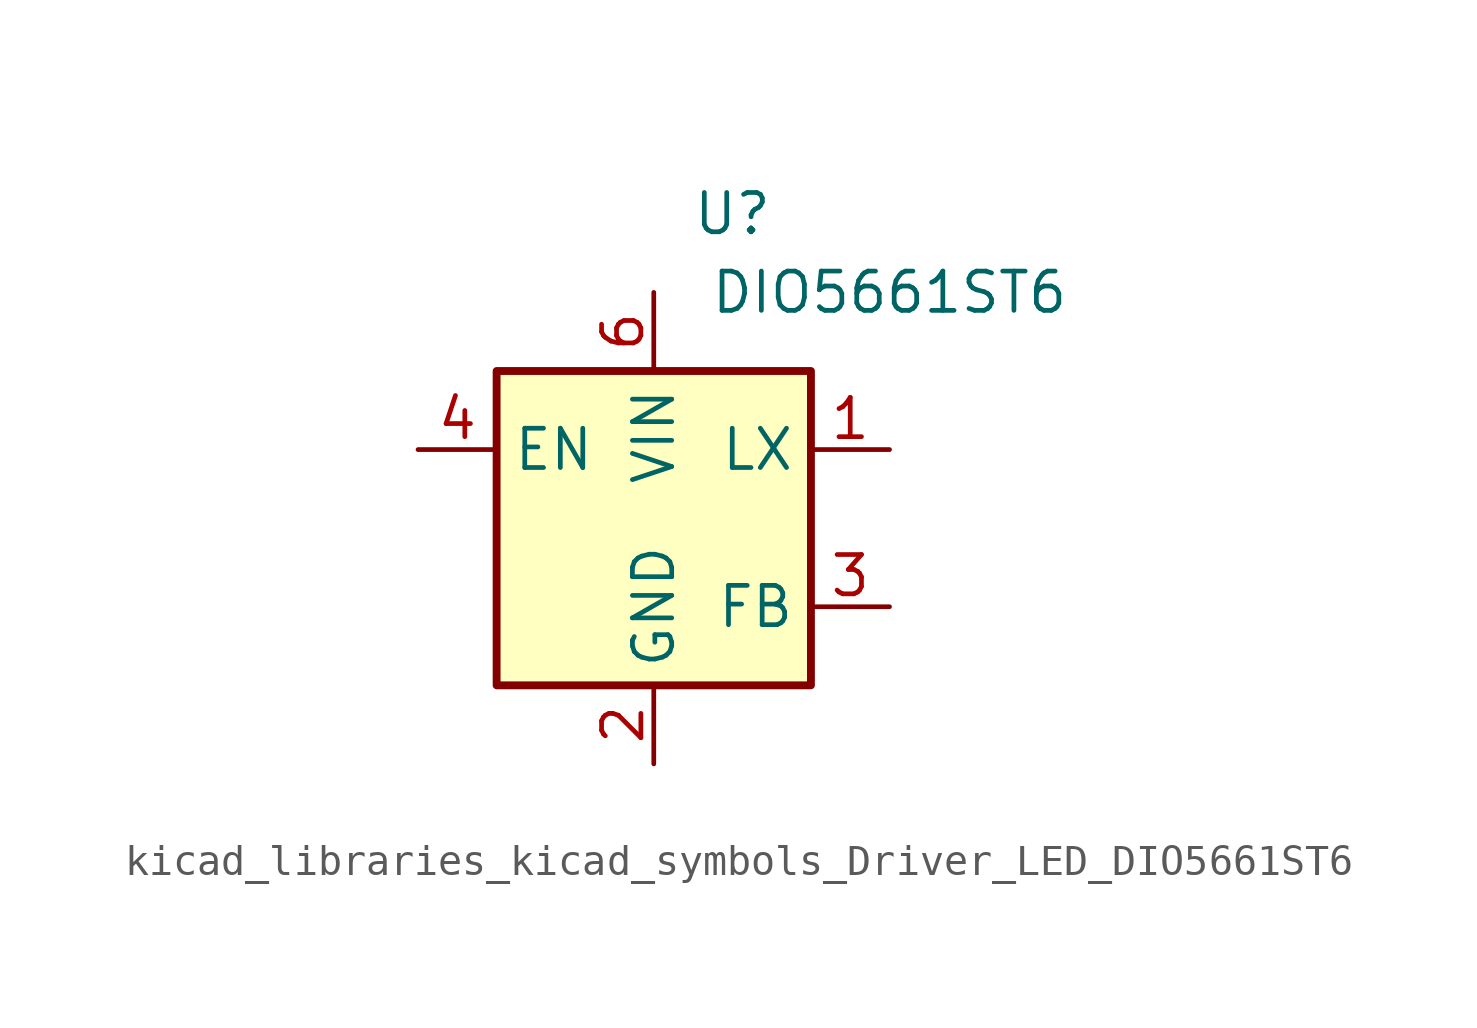
<source format=kicad_sym>
(kicad_symbol_lib
  (version 20220914)
  (generator kicad_symbol_editor)
  (symbol "kicad_libraries_kicad_symbols_Driver_LED_DIO5661ST6"
    (property "Reference" "U"
      (at 2.54 10.16 0)
      (effects (font (size 1.27 1.27))))
    (property "Value" "DIO5661ST6"
      (at 7.62 7.62 0)
      (effects (font (size 1.27 1.27))))
    (symbol "kicad_libraries_kicad_symbols_Driver_LED_DIO5661ST6_0_1"
      (rectangle (start 5.08 -5.08) (end -5.08 5.08) (stroke (width 0.254) (type default)) (fill (type background))))
    (symbol "kicad_libraries_kicad_symbols_Driver_LED_DIO5661ST6_1_1"
      (pin open_collector line (at 7.62 2.54 180) (length 2.54) (name "LX" (effects (font (size 1.27 1.27)))) (number "1" (effects (font (size 1.27 1.27)))))
      (pin power_in line (at 0 -7.62 90) (length 2.54) (name "GND" (effects (font (size 1.27 1.27)))) (number "2" (effects (font (size 1.27 1.27)))))
      (pin input line (at 7.62 -2.54 180) (length 2.54) (name "FB" (effects (font (size 1.27 1.27)))) (number "3" (effects (font (size 1.27 1.27)))))
      (pin input line (at -7.62 2.54 0) (length 2.54) (name "EN" (effects (font (size 1.27 1.27)))) (number "4" (effects (font (size 1.27 1.27)))))
      (pin no_connect line (at -5.08 -2.54 0) (length 2.54) hide (name "~" (effects (font (size 1.27 1.27)))) (number "5" (effects (font (size 1.27 1.27)))))
      (pin power_in line (at 0 7.62 270) (length 2.54) (name "VIN" (effects (font (size 1.27 1.27)))) (number "6" (effects (font (size 1.27 1.27))))))))
</source>
